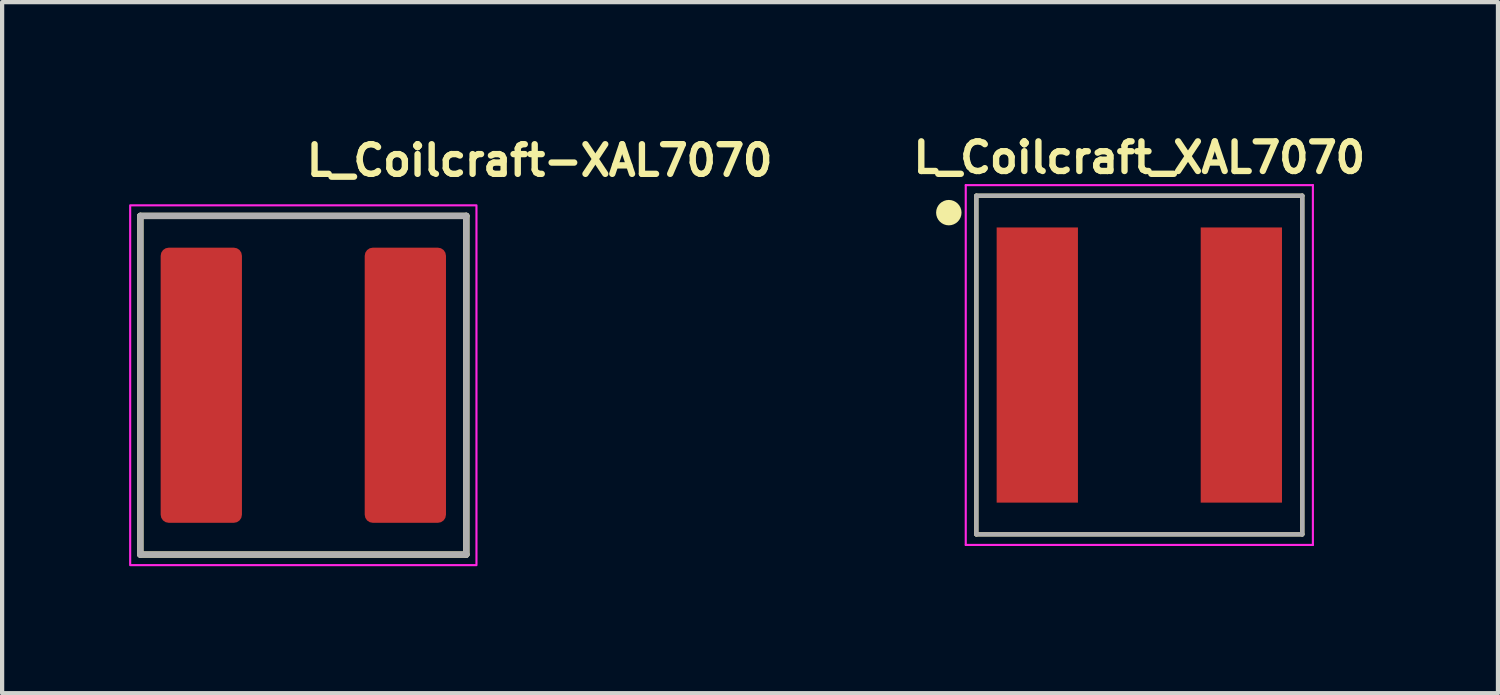
<source format=kicad_pcb>
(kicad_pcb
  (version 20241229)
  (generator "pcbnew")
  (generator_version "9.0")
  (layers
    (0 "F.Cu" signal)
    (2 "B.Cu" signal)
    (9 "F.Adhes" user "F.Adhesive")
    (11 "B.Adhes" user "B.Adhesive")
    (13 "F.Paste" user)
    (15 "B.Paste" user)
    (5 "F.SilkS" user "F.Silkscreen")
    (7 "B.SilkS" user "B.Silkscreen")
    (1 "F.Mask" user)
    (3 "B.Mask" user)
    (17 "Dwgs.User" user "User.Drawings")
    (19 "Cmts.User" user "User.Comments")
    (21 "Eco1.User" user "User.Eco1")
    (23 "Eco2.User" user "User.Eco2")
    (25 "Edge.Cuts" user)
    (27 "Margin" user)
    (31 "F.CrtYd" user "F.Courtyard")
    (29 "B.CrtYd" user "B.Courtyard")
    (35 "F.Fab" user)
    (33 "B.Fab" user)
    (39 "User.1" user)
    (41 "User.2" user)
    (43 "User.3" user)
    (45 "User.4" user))
  (footprint "L_Coilcraft-XAL7070"
    (layer "F.Cu")
    (at 4.115 6.05)
    (property "Reference" "L_Coilcraft-XAL7070" (at 0 -4.9 0) (layer "F.SilkS") (effects (font (size 0.7 0.7) (thickness 0.15)) (justify left bottom)))
    (attr smd)
    (fp_line (start -3.85 4) (end -3.85 -4) (stroke (width 0.15) (type solid)) (layer "F.SilkS"))
    (fp_line (start -3.85 4) (end 3.85 4) (stroke (width 0.15) (type solid)) (layer "F.SilkS"))
    (fp_line (start 3.85 -4) (end -3.85 -4) (stroke (width 0.15) (type solid)) (layer "F.SilkS"))
    (fp_line (start 3.85 -4) (end 3.85 4) (stroke (width 0.15) (type solid)) (layer "F.SilkS"))
    (fp_rect (start -4.09 -4.25) (end 4.09 4.25) (stroke (width 0.05) (type solid)) (fill no) (layer "F.CrtYd"))
    (fp_line (start -3.85 -4) (end 3.85 -4) (stroke (width 0.15) (type solid)) (layer "F.Fab"))
    (fp_line (start -3.85 4) (end -3.85 -4) (stroke (width 0.15) (type solid)) (layer "F.Fab"))
    (fp_line (start 3.85 -4) (end 3.85 4) (stroke (width 0.15) (type solid)) (layer "F.Fab"))
    (fp_line (start 3.85 4) (end -3.85 4) (stroke (width 0.15) (type solid)) (layer "F.Fab"))
    (fp_rect (start -3.85 -4) (end 3.85 4) (stroke (width 0.1) (type solid)) (fill no) (layer "User.5"))
    (fp_line (start -3.85 -4) (end -3.85 4) (stroke (width 0.02) (type solid)) (layer "User.9"))
    (fp_line (start -3.85 4) (end 3.85 4) (stroke (width 0.02) (type solid)) (layer "User.9"))
    (fp_line (start -3.181 -3) (end -2.931 -3) (stroke (width 0.02) (type solid)) (layer "User.9"))
    (fp_line (start -3.181 3) (end -3.181 -3) (stroke (width 0.02) (type solid)) (layer "User.9"))
    (fp_line (start -2.931 -3) (end -2.931 3) (stroke (width 0.02) (type solid)) (layer "User.9"))
    (fp_line (start -2.931 3) (end -3.181 3) (stroke (width 0.02) (type solid)) (layer "User.9"))
    (fp_line (start 3.85 -4) (end -3.85 -4) (stroke (width 0.02) (type solid)) (layer "User.9"))
    (fp_line (start 3.85 4) (end 3.85 -4) (stroke (width 0.02) (type solid)) (layer "User.9"))
    (pad "1" smd roundrect (at -2.41 0) (size 1.92 6.5) (layers "F.Cu" "F.Mask" "F.Paste") (roundrect_rratio 0.1))
    (pad "2" smd roundrect (at 2.41 0) (size 1.92 6.5) (layers "F.Cu" "F.Mask" "F.Paste") (roundrect_rratio 0.1)))
  (footprint "L_Coilcraft_XAL7070"
    (layer "F.Cu")
    (at 23.863 5.573)
    (property "Reference" "L_Coilcraft_XAL7070" (at 0 -4.9 0) (layer "F.SilkS") (effects (font (size 0.7 0.7) (thickness 0.15))))
    (attr smd)
    (fp_line (start -3.85 4) (end -3.85 -4) (stroke (width 0.1) (type solid)) (layer "F.SilkS"))
    (fp_line (start -3.85 4) (end 3.85 4) (stroke (width 0.1) (type solid)) (layer "F.SilkS"))
    (fp_line (start 3.85 -4) (end -3.85 -4) (stroke (width 0.1) (type solid)) (layer "F.SilkS"))
    (fp_line (start 3.85 -4) (end 3.85 4) (stroke (width 0.1) (type solid)) (layer "F.SilkS"))
    (fp_circle (center -4.5 -3.6) (end -4.35 -3.6) (stroke (width 0.3) (type solid)) (fill no) (layer "F.SilkS"))
    (fp_line (start -4.1 -4.25) (end -4.1 4.25) (stroke (width 0.05) (type solid)) (layer "F.CrtYd"))
    (fp_line (start -4.1 4.25) (end 4.1 4.25) (stroke (width 0.05) (type solid)) (layer "F.CrtYd"))
    (fp_line (start 4.1 -4.25) (end -4.1 -4.25) (stroke (width 0.05) (type solid)) (layer "F.CrtYd"))
    (fp_line (start 4.1 4.25) (end 4.1 -4.25) (stroke (width 0.05) (type solid)) (layer "F.CrtYd"))
    (fp_line (start -3.85 -4) (end 3.85 -4) (stroke (width 0.1) (type solid)) (layer "F.Fab"))
    (fp_line (start -3.85 4) (end -3.85 -4) (stroke (width 0.1) (type solid)) (layer "F.Fab"))
    (fp_line (start 3.85 -4) (end 3.85 4) (stroke (width 0.1) (type solid)) (layer "F.Fab"))
    (fp_line (start 3.85 4) (end -3.85 4) (stroke (width 0.1) (type solid)) (layer "F.Fab"))
    (fp_rect (start -3.85 -4) (end 3.85 4) (stroke (width 0.12) (type solid)) (fill no) (layer "User.5"))
    (pad "1" smd rect (at -2.41 0) (size 1.92 6.5) (layers "F.Cu" "F.Mask" "F.Paste"))
    (pad "2" smd rect (at 2.41 0) (size 1.92 6.5) (layers "F.Cu" "F.Mask" "F.Paste")))
  (gr_rect
    (start -3 -3)
    (end 32.335 13.325)
    (stroke (width 0.1) (type default))
    (fill no)
    (layer "Edge.Cuts")))
</source>
